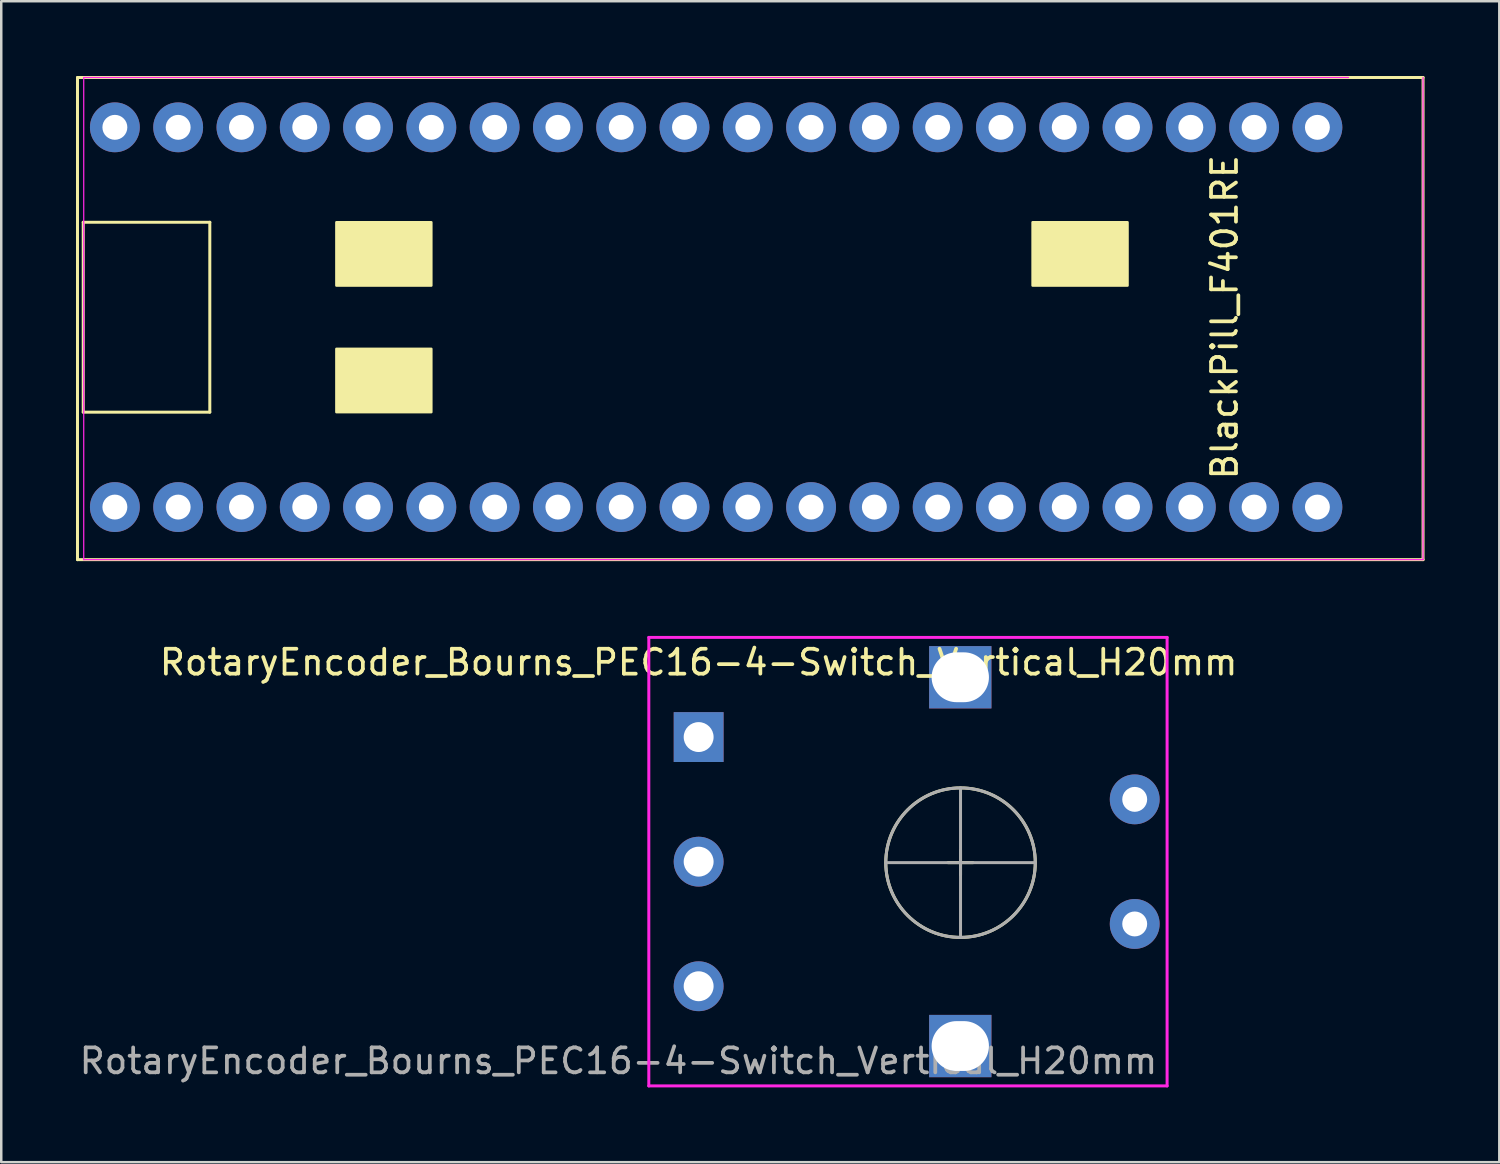
<source format=kicad_pcb>
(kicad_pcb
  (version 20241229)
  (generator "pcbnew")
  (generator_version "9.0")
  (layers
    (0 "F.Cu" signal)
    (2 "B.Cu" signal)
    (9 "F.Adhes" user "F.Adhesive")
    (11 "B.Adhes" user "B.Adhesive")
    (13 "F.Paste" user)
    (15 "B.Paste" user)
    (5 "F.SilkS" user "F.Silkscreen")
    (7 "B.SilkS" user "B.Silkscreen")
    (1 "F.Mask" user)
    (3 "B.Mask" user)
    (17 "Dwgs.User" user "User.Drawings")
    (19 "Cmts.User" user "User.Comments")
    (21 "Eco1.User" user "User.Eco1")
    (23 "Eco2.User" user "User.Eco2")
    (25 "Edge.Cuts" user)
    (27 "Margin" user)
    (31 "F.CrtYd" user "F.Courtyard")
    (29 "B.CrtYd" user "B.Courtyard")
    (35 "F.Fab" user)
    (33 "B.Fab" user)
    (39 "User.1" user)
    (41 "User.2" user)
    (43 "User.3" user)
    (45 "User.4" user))
  (footprint "RotaryEncoder_Bourns_PEC16-4-Switch_Vertical_H20mm"
    (layer "F.Cu")
    (at 35.488 31.53)
    (property "Reference" "RotaryEncoder_Bourns_PEC16-4-Switch_Vertical_H20mm" (at -10.5 -8 180) (layer "F.SilkS") (effects (font (size 1 1) (thickness 0.15))))
    (attr through_hole)
    (fp_line (start -0.49 0.04) (end 0.51 0.04) (stroke (width 0.12) (type solid)) (layer "F.SilkS"))
    (fp_line (start 0.01 -0.46) (end 0.01 0.54) (stroke (width 0.12) (type solid)) (layer "F.SilkS"))
    (fp_circle (center 0.01 0.04) (end 3.01 0.04) (stroke (width 0.12) (type solid)) (fill no) (layer "F.SilkS"))
    (fp_line (start -12.5 -9) (end -12.5 9) (stroke (width 0.12) (type solid)) (layer "F.CrtYd"))
    (fp_line (start -12.5 -9) (end 8.3 -9) (stroke (width 0.12) (type solid)) (layer "F.CrtYd"))
    (fp_line (start 8.3 -9) (end 8.3 9) (stroke (width 0.12) (type solid)) (layer "F.CrtYd"))
    (fp_line (start 8.3 9) (end -12.5 9) (stroke (width 0.12) (type solid)) (layer "F.CrtYd"))
    (fp_line (start -2.99 0.04) (end 3.01 0.04) (stroke (width 0.12) (type solid)) (layer "F.Fab"))
    (fp_line (start 0.01 -2.96) (end 0.01 3.04) (stroke (width 0.12) (type solid)) (layer "F.Fab"))
    (fp_circle (center 0.01 0.04) (end 3.01 0.04) (stroke (width 0.12) (type solid)) (fill no) (layer "F.Fab"))
    (fp_text user "${REFERENCE}" (at 8 8 180) (layer "F.Fab") (effects (font (size 1 1) (thickness 0.15)) (justify right)))
    (pad "A" thru_hole rect (at -10.5 -5) (size 2 2) (drill 1.2) (layers "*.Cu" "*.Mask"))
    (pad "B" thru_hole circle (at -10.5 0) (size 2 2) (drill 1.2) (layers "*.Cu" "*.Mask"))
    (pad "C" thru_hole circle (at -10.5 5) (size 2 2) (drill 1.2) (layers "*.Cu" "*.Mask"))
    (pad "MP" thru_hole rect (at 0 -7.4) (size 2.5 2.5) (drill oval 2.3 2) (layers "*.Cu" "*.Mask"))
    (pad "MP" thru_hole rect (at 0 7.4 180) (size 2.5 2.5) (drill oval 2.3 2) (layers "*.Cu" "*.Mask"))
    (pad "S1" thru_hole circle (at 7 2.5) (size 2 2) (drill 1) (layers "*.Cu" "*.Mask"))
    (pad "S2" thru_hole circle (at 7 -2.5) (size 2 2) (drill 1) (layers "*.Cu" "*.Mask")))
  (footprint "BlackPill_F401RE"
    (layer "F.Cu")
    (at 26.96 9.68)
    (property "Reference" "BlackPill_F401RE" (at 19.137 0 270) (layer "F.SilkS") (effects (font (size 1 1) (thickness 0.15))))
    (attr through_hole)
    (fp_line (start -26.9 -9.62) (end 27.1 -9.62) (stroke (width 0.12) (type solid)) (layer "F.SilkS"))
    (fp_line (start -26.9 -3.887) (end -26.9 -9.62) (stroke (width 0.12) (type solid)) (layer "F.SilkS"))
    (fp_line (start -26.9 -3.887) (end -26.9 1.347) (stroke (width 0.12) (type solid)) (layer "F.SilkS"))
    (fp_line (start -26.9 9.73) (end -26.9 1.347) (stroke (width 0.12) (type solid)) (layer "F.SilkS"))
    (fp_line (start -26.67 -3.81) (end -21.59 -3.81) (stroke (width 0.12) (type solid)) (layer "F.SilkS"))
    (fp_line (start -26.67 3.81) (end -26.67 -3.81) (stroke (width 0.12) (type solid)) (layer "F.SilkS"))
    (fp_line (start -21.59 -3.81) (end -21.59 3.81) (stroke (width 0.12) (type solid)) (layer "F.SilkS"))
    (fp_line (start -21.59 3.81) (end -26.67 3.81) (stroke (width 0.12) (type solid)) (layer "F.SilkS"))
    (fp_line (start 27.1 -9.62) (end 27.1 9.73) (stroke (width 0.12) (type solid)) (layer "F.SilkS"))
    (fp_line (start 27.1 9.73) (end -26.9 9.73) (stroke (width 0.12) (type solid)) (layer "F.SilkS"))
    (fp_poly (pts (xy -12.7 -3.81) (xy -16.51 -3.81) (xy -16.51 -1.27) (xy -12.7 -1.27)) (stroke (width 0.1) (type solid)) (fill yes) (layer "F.SilkS"))
    (fp_poly (pts (xy -12.7 1.27) (xy -16.51 1.27) (xy -16.51 3.81) (xy -12.7 3.81)) (stroke (width 0.1) (type solid)) (fill yes) (layer "F.SilkS"))
    (fp_poly (pts (xy 15.24 -3.81) (xy 11.43 -3.81) (xy 11.43 -1.27) (xy 15.24 -1.27)) (stroke (width 0.1) (type solid)) (fill yes) (layer "F.SilkS"))
    (fp_line (start -26.65 -9.62) (end -26.65 9.73) (stroke (width 0.05) (type solid)) (layer "F.CrtYd"))
    (fp_line (start -26.65 9.73) (end 27.1 9.73) (stroke (width 0.05) (type solid)) (layer "F.CrtYd"))
    (fp_line (start 24.11 -9.62) (end -26.65 -9.62) (stroke (width 0.05) (type solid)) (layer "F.CrtYd"))
    (fp_line (start 27.1 9.73) (end 27.1 -9.62) (stroke (width 0.05) (type solid)) (layer "F.CrtYd"))
    (pad "1" thru_hole circle (at -25.4 -7.62 180) (size 2 2) (drill 1) (layers "*.Cu" "*.Mask"))
    (pad "2" thru_hole circle (at -22.86 -7.62 180) (size 2 2) (drill 1) (layers "*.Cu" "*.Mask"))
    (pad "3" thru_hole circle (at -20.32 -7.62 180) (size 2 2) (drill 1) (layers "*.Cu" "*.Mask"))
    (pad "4" thru_hole circle (at -17.78 -7.62 180) (size 2 2) (drill 1) (layers "*.Cu" "*.Mask"))
    (pad "5" thru_hole circle (at -15.24 -7.62 180) (size 2 2) (drill 1) (layers "*.Cu" "*.Mask"))
    (pad "6" thru_hole circle (at -12.7 -7.62 180) (size 2 2) (drill 1) (layers "*.Cu" "*.Mask"))
    (pad "7" thru_hole circle (at -10.16 -7.62 180) (size 2 2) (drill 1) (layers "*.Cu" "*.Mask"))
    (pad "8" thru_hole circle (at -7.62 -7.62 180) (size 2 2) (drill 1) (layers "*.Cu" "*.Mask"))
    (pad "9" thru_hole circle (at -5.08 -7.62 180) (size 2 2) (drill 1) (layers "*.Cu" "*.Mask"))
    (pad "10" thru_hole circle (at -2.54 -7.62 180) (size 2 2) (drill 1) (layers "*.Cu" "*.Mask"))
    (pad "11" thru_hole circle (at 0 -7.62 180) (size 2 2) (drill 1) (layers "*.Cu" "*.Mask"))
    (pad "12" thru_hole circle (at 2.54 -7.62 180) (size 2 2) (drill 1) (layers "*.Cu" "*.Mask"))
    (pad "13" thru_hole circle (at 5.08 -7.62 180) (size 2 2) (drill 1) (layers "*.Cu" "*.Mask"))
    (pad "14" thru_hole circle (at 7.62 -7.62 180) (size 2 2) (drill 1) (layers "*.Cu" "*.Mask"))
    (pad "15" thru_hole circle (at 10.16 -7.62 180) (size 2 2) (drill 1) (layers "*.Cu" "*.Mask"))
    (pad "16" thru_hole circle (at 12.7 -7.62 180) (size 2 2) (drill 1) (layers "*.Cu" "*.Mask"))
    (pad "17" thru_hole circle (at 15.24 -7.62 180) (size 2 2) (drill 1) (layers "*.Cu" "*.Mask"))
    (pad "18" thru_hole circle (at 17.78 -7.62 180) (size 2 2) (drill 1) (layers "*.Cu" "*.Mask"))
    (pad "19" thru_hole circle (at 20.32 -7.62 180) (size 2 2) (drill 1) (layers "*.Cu" "*.Mask"))
    (pad "20" thru_hole circle (at 22.86 -7.62 180) (size 2 2) (drill 1) (layers "*.Cu" "*.Mask"))
    (pad "21" thru_hole circle (at 22.86 7.62 180) (size 2 2) (drill 1) (layers "*.Cu" "*.Mask"))
    (pad "22" thru_hole circle (at 20.32 7.62 180) (size 2 2) (drill 1) (layers "*.Cu" "*.Mask"))
    (pad "23" thru_hole circle (at 17.78 7.62 180) (size 2 2) (drill 1) (layers "*.Cu" "*.Mask"))
    (pad "24" thru_hole circle (at 15.24 7.62 180) (size 2 2) (drill 1) (layers "*.Cu" "*.Mask"))
    (pad "25" thru_hole circle (at 12.7 7.62 180) (size 2 2) (drill 1) (layers "*.Cu" "*.Mask"))
    (pad "26" thru_hole circle (at 10.16 7.62 180) (size 2 2) (drill 1) (layers "*.Cu" "*.Mask"))
    (pad "27" thru_hole circle (at 7.62 7.62 180) (size 2 2) (drill 1) (layers "*.Cu" "*.Mask"))
    (pad "28" thru_hole circle (at 5.08 7.62 180) (size 2 2) (drill 1) (layers "*.Cu" "*.Mask"))
    (pad "29" thru_hole circle (at 2.54 7.62 180) (size 2 2) (drill 1) (layers "*.Cu" "*.Mask"))
    (pad "30" thru_hole circle (at 0 7.62 180) (size 2 2) (drill 1) (layers "*.Cu" "*.Mask"))
    (pad "31" thru_hole circle (at -2.54 7.62 180) (size 2 2) (drill 1) (layers "*.Cu" "*.Mask"))
    (pad "32" thru_hole circle (at -5.08 7.62 180) (size 2 2) (drill 1) (layers "*.Cu" "*.Mask"))
    (pad "33" thru_hole circle (at -7.62 7.62 180) (size 2 2) (drill 1) (layers "*.Cu" "*.Mask"))
    (pad "34" thru_hole circle (at -10.16 7.62 180) (size 2 2) (drill 1) (layers "*.Cu" "*.Mask"))
    (pad "35" thru_hole circle (at -12.7 7.62 180) (size 2 2) (drill 1) (layers "*.Cu" "*.Mask"))
    (pad "36" thru_hole circle (at -15.24 7.62 180) (size 2 2) (drill 1) (layers "*.Cu" "*.Mask"))
    (pad "37" thru_hole circle (at -17.78 7.62 180) (size 2 2) (drill 1) (layers "*.Cu" "*.Mask"))
    (pad "38" thru_hole circle (at -20.32 7.62 180) (size 2 2) (drill 1) (layers "*.Cu" "*.Mask"))
    (pad "39" thru_hole circle (at -22.86 7.62 180) (size 2 2) (drill 1) (layers "*.Cu" "*.Mask"))
    (pad "40" thru_hole circle (at -25.4 7.62 180) (size 2 2) (drill 1) (layers "*.Cu" "*.Mask")))
  (gr_rect
    (start -3 -3)
    (end 57.12 43.59)
    (stroke (width 0.1) (type default))
    (fill no)
    (layer "Edge.Cuts")))
</source>
